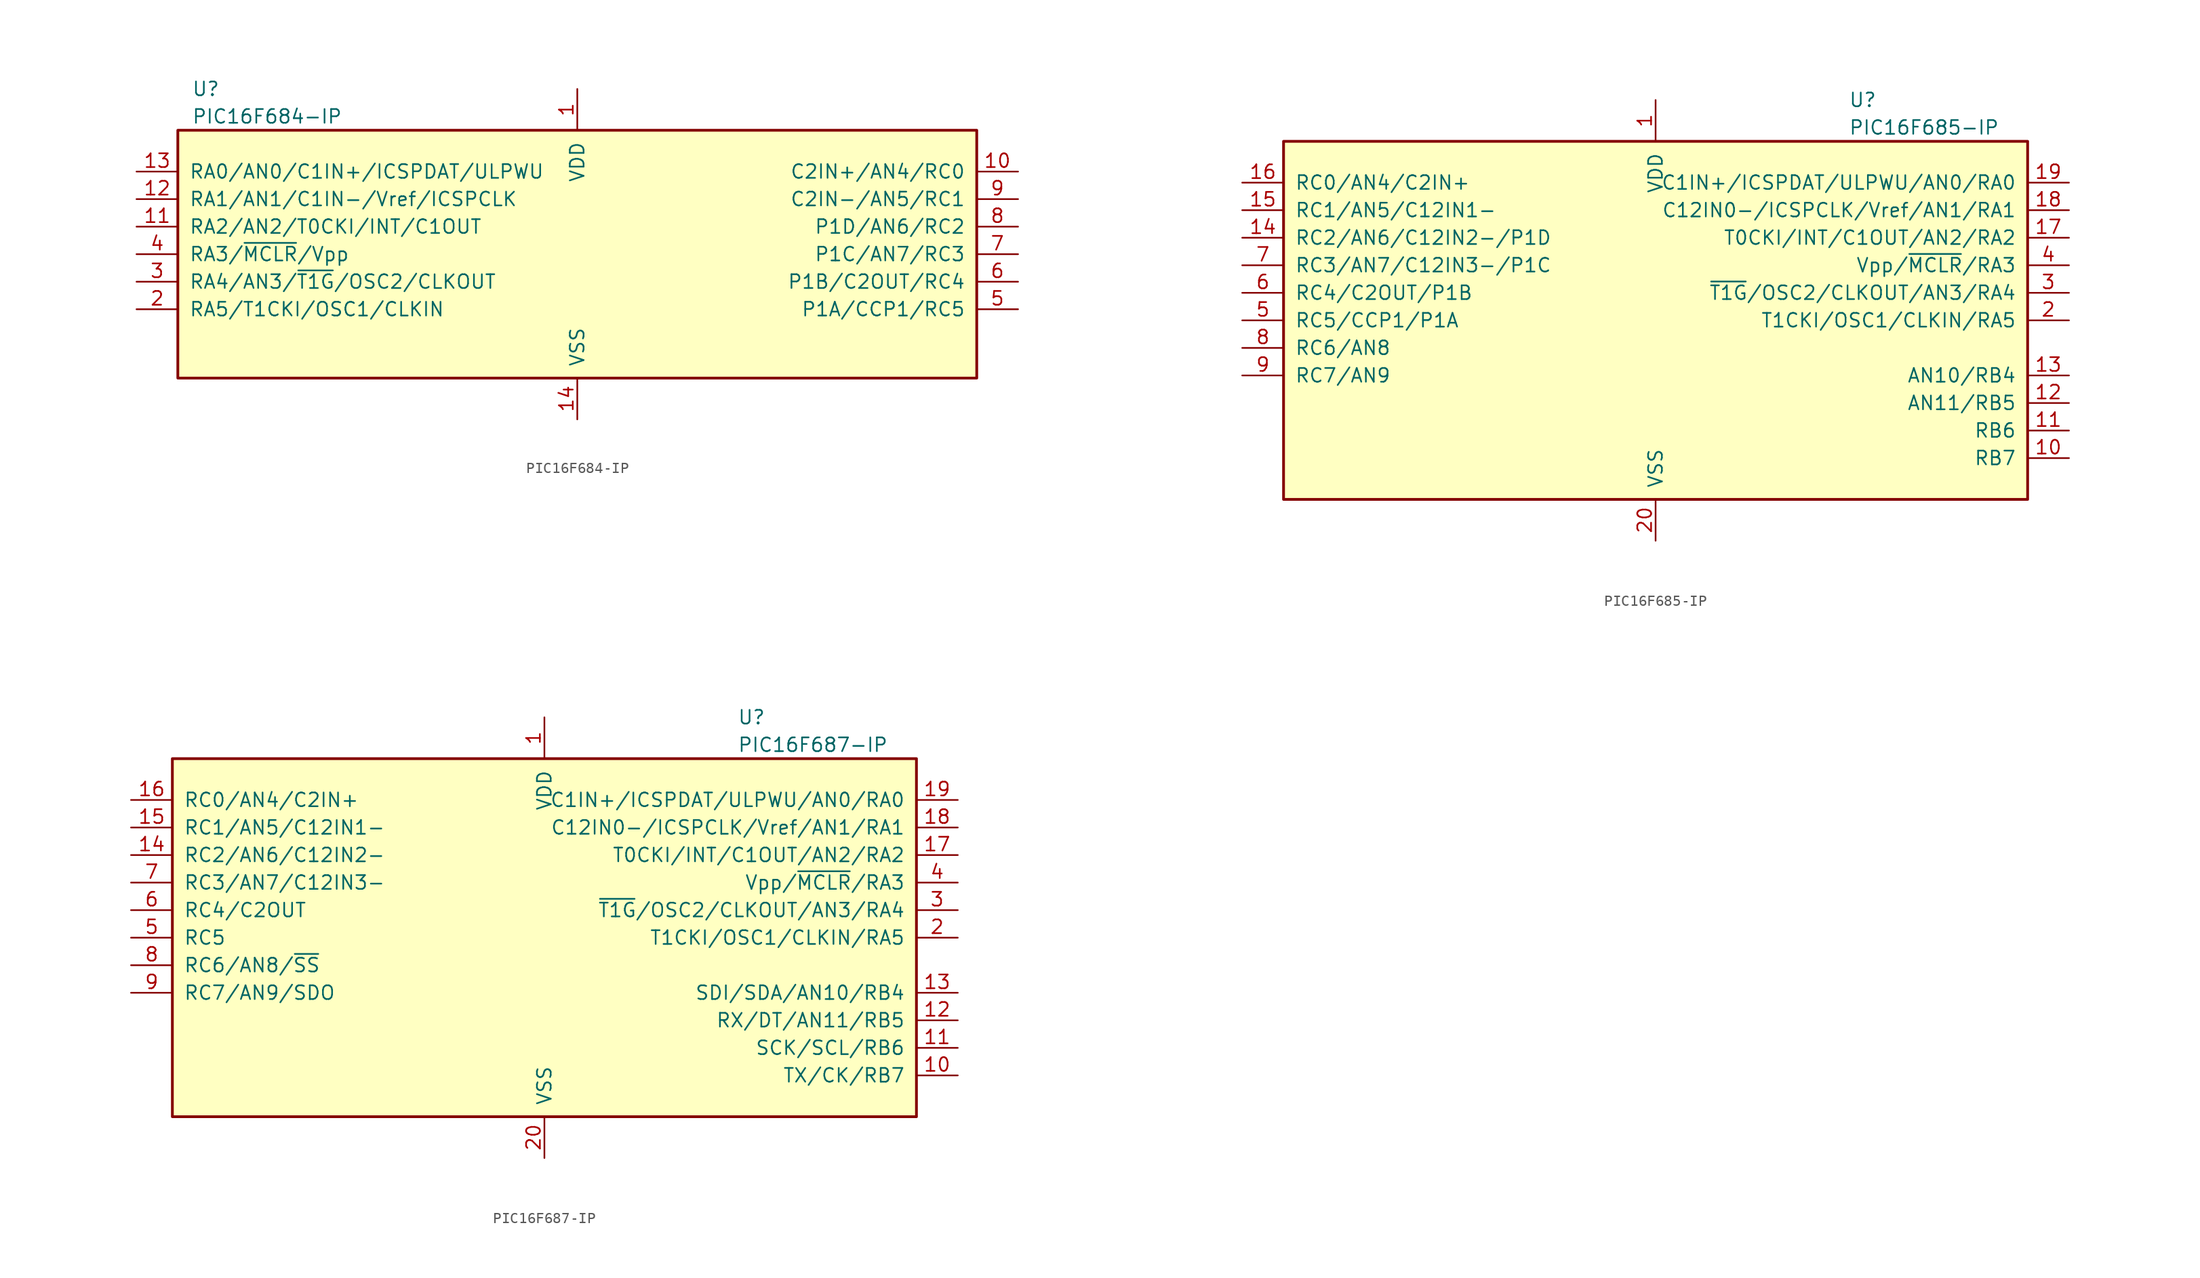
<source format=kicad_sym>
(kicad_symbol_lib
  (version 20200908)
  (generator kicad_symbol_editor)
  (symbol "MCU_Microchip_PIC16:PIC16F684-IP"
    (pin_names
      (offset 1.016))
    (property "Reference" "U"
      (at -35.56 15.24 0)
      (effects (font (size 1.27 1.27)) (justify left)))
    (property "Value" "PIC16F684-IP"
      (at -35.56 12.7 0)
      (effects (font (size 1.27 1.27)) (justify left)))
    (symbol "PIC16F684-IP_0_1"
      (rectangle (start -36.83 11.43) (end 36.83 -11.43) (stroke (width 0.254)) (fill (type background))))
    (symbol "PIC16F684-IP_1_1"
      (pin power_in line (at 0 15.24 270) (length 3.81) (name "VDD" (effects (font (size 1.27 1.27)))) (number "1" (effects (font (size 1.27 1.27)))))
      (pin bidirectional line (at 40.64 7.62 180) (length 3.81) (name "C2IN+/AN4/RC0" (effects (font (size 1.27 1.27)))) (number "10" (effects (font (size 1.27 1.27)))))
      (pin bidirectional line (at -40.64 2.54 0) (length 3.81) (name "RA2/AN2/T0CKI/INT/C1OUT" (effects (font (size 1.27 1.27)))) (number "11" (effects (font (size 1.27 1.27)))))
      (pin bidirectional line (at -40.64 5.08 0) (length 3.81) (name "RA1/AN1/C1IN-/Vref/ICSPCLK" (effects (font (size 1.27 1.27)))) (number "12" (effects (font (size 1.27 1.27)))))
      (pin bidirectional line (at -40.64 7.62 0) (length 3.81) (name "RA0/AN0/C1IN+/ICSPDAT/ULPWU" (effects (font (size 1.27 1.27)))) (number "13" (effects (font (size 1.27 1.27)))))
      (pin power_in line (at 0 -15.24 90) (length 3.81) (name "VSS" (effects (font (size 1.27 1.27)))) (number "14" (effects (font (size 1.27 1.27)))))
      (pin bidirectional line (at -40.64 -5.08 0) (length 3.81) (name "RA5/T1CKI/OSC1/CLKIN" (effects (font (size 1.27 1.27)))) (number "2" (effects (font (size 1.27 1.27)))))
      (pin bidirectional line (at -40.64 -2.54 0) (length 3.81) (name "RA4/AN3/~T1G~/OSC2/CLKOUT" (effects (font (size 1.27 1.27)))) (number "3" (effects (font (size 1.27 1.27)))))
      (pin input line (at -40.64 0 0) (length 3.81) (name "RA3/~MCLR~/Vpp" (effects (font (size 1.27 1.27)))) (number "4" (effects (font (size 1.27 1.27)))))
      (pin bidirectional line (at 40.64 -5.08 180) (length 3.81) (name "P1A/CCP1/RC5" (effects (font (size 1.27 1.27)))) (number "5" (effects (font (size 1.27 1.27)))))
      (pin bidirectional line (at 40.64 -2.54 180) (length 3.81) (name "P1B/C2OUT/RC4" (effects (font (size 1.27 1.27)))) (number "6" (effects (font (size 1.27 1.27)))))
      (pin bidirectional line (at 40.64 0 180) (length 3.81) (name "P1C/AN7/RC3" (effects (font (size 1.27 1.27)))) (number "7" (effects (font (size 1.27 1.27)))))
      (pin bidirectional line (at 40.64 2.54 180) (length 3.81) (name "P1D/AN6/RC2" (effects (font (size 1.27 1.27)))) (number "8" (effects (font (size 1.27 1.27)))))
      (pin bidirectional line (at 40.64 5.08 180) (length 3.81) (name "C2IN-/AN5/RC1" (effects (font (size 1.27 1.27)))) (number "9" (effects (font (size 1.27 1.27)))))))
  (symbol "MCU_Microchip_PIC16:PIC16F685-IP"
    (pin_names
      (offset 1.016))
    (property "Reference" "U"
      (at 17.78 20.32 0)
      (effects (font (size 1.27 1.27)) (justify left)))
    (property "Value" "PIC16F685-IP"
      (at 17.78 17.78 0)
      (effects (font (size 1.27 1.27)) (justify left)))
    (symbol "PIC16F685-IP_0_1"
      (rectangle (start -34.29 16.51) (end 34.29 -16.51) (stroke (width 0.254)) (fill (type background))))
    (symbol "PIC16F685-IP_1_1"
      (pin power_in line (at 0 20.32 270) (length 3.81) (name "VDD" (effects (font (size 1.27 1.27)))) (number "1" (effects (font (size 1.27 1.27)))))
      (pin bidirectional line (at 38.1 -12.7 180) (length 3.81) (name "RB7" (effects (font (size 1.27 1.27)))) (number "10" (effects (font (size 1.27 1.27)))))
      (pin bidirectional line (at 38.1 -10.16 180) (length 3.81) (name "RB6" (effects (font (size 1.27 1.27)))) (number "11" (effects (font (size 1.27 1.27)))))
      (pin bidirectional line (at 38.1 -7.62 180) (length 3.81) (name "AN11/RB5" (effects (font (size 1.27 1.27)))) (number "12" (effects (font (size 1.27 1.27)))))
      (pin bidirectional line (at 38.1 -5.08 180) (length 3.81) (name "AN10/RB4" (effects (font (size 1.27 1.27)))) (number "13" (effects (font (size 1.27 1.27)))))
      (pin bidirectional line (at -38.1 7.62 0) (length 3.81) (name "RC2/AN6/C12IN2-/P1D" (effects (font (size 1.27 1.27)))) (number "14" (effects (font (size 1.27 1.27)))))
      (pin bidirectional line (at -38.1 10.16 0) (length 3.81) (name "RC1/AN5/C12IN1-" (effects (font (size 1.27 1.27)))) (number "15" (effects (font (size 1.27 1.27)))))
      (pin bidirectional line (at -38.1 12.7 0) (length 3.81) (name "RC0/AN4/C2IN+" (effects (font (size 1.27 1.27)))) (number "16" (effects (font (size 1.27 1.27)))))
      (pin bidirectional line (at 38.1 7.62 180) (length 3.81) (name "T0CKI/INT/C1OUT/AN2/RA2" (effects (font (size 1.27 1.27)))) (number "17" (effects (font (size 1.27 1.27)))))
      (pin bidirectional line (at 38.1 10.16 180) (length 3.81) (name "C12IN0-/ICSPCLK/Vref/AN1/RA1" (effects (font (size 1.27 1.27)))) (number "18" (effects (font (size 1.27 1.27)))))
      (pin bidirectional line (at 38.1 12.7 180) (length 3.81) (name "C1IN+/ICSPDAT/ULPWU/AN0/RA0" (effects (font (size 1.27 1.27)))) (number "19" (effects (font (size 1.27 1.27)))))
      (pin bidirectional line (at 38.1 0 180) (length 3.81) (name "T1CKI/OSC1/CLKIN/RA5" (effects (font (size 1.27 1.27)))) (number "2" (effects (font (size 1.27 1.27)))))
      (pin power_in line (at 0 -20.32 90) (length 3.81) (name "VSS" (effects (font (size 1.27 1.27)))) (number "20" (effects (font (size 1.27 1.27)))))
      (pin bidirectional line (at 38.1 2.54 180) (length 3.81) (name "~T1G~/OSC2/CLKOUT/AN3/RA4" (effects (font (size 1.27 1.27)))) (number "3" (effects (font (size 1.27 1.27)))))
      (pin input line (at 38.1 5.08 180) (length 3.81) (name "Vpp/~MCLR~/RA3" (effects (font (size 1.27 1.27)))) (number "4" (effects (font (size 1.27 1.27)))))
      (pin bidirectional line (at -38.1 0 0) (length 3.81) (name "RC5/CCP1/P1A" (effects (font (size 1.27 1.27)))) (number "5" (effects (font (size 1.27 1.27)))))
      (pin bidirectional line (at -38.1 2.54 0) (length 3.81) (name "RC4/C2OUT/P1B" (effects (font (size 1.27 1.27)))) (number "6" (effects (font (size 1.27 1.27)))))
      (pin bidirectional line (at -38.1 5.08 0) (length 3.81) (name "RC3/AN7/C12IN3-/P1C" (effects (font (size 1.27 1.27)))) (number "7" (effects (font (size 1.27 1.27)))))
      (pin bidirectional line (at -38.1 -2.54 0) (length 3.81) (name "RC6/AN8" (effects (font (size 1.27 1.27)))) (number "8" (effects (font (size 1.27 1.27)))))
      (pin bidirectional line (at -38.1 -5.08 0) (length 3.81) (name "RC7/AN9" (effects (font (size 1.27 1.27)))) (number "9" (effects (font (size 1.27 1.27)))))))
  (symbol "MCU_Microchip_PIC16:PIC16F687-IP"
    (pin_names
      (offset 1.016))
    (property "Reference" "U"
      (at 17.78 20.32 0)
      (effects (font (size 1.27 1.27)) (justify left)))
    (property "Value" "PIC16F687-IP"
      (at 17.78 17.78 0)
      (effects (font (size 1.27 1.27)) (justify left)))
    (symbol "PIC16F687-IP_0_1"
      (rectangle (start -34.29 16.51) (end 34.29 -16.51) (stroke (width 0.254)) (fill (type background))))
    (symbol "PIC16F687-IP_1_1"
      (pin power_in line (at 0 20.32 270) (length 3.81) (name "VDD" (effects (font (size 1.27 1.27)))) (number "1" (effects (font (size 1.27 1.27)))))
      (pin bidirectional line (at 38.1 -12.7 180) (length 3.81) (name "TX/CK/RB7" (effects (font (size 1.27 1.27)))) (number "10" (effects (font (size 1.27 1.27)))))
      (pin bidirectional line (at 38.1 -10.16 180) (length 3.81) (name "SCK/SCL/RB6" (effects (font (size 1.27 1.27)))) (number "11" (effects (font (size 1.27 1.27)))))
      (pin bidirectional line (at 38.1 -7.62 180) (length 3.81) (name "RX/DT/AN11/RB5" (effects (font (size 1.27 1.27)))) (number "12" (effects (font (size 1.27 1.27)))))
      (pin bidirectional line (at 38.1 -5.08 180) (length 3.81) (name "SDI/SDA/AN10/RB4" (effects (font (size 1.27 1.27)))) (number "13" (effects (font (size 1.27 1.27)))))
      (pin bidirectional line (at -38.1 7.62 0) (length 3.81) (name "RC2/AN6/C12IN2-" (effects (font (size 1.27 1.27)))) (number "14" (effects (font (size 1.27 1.27)))))
      (pin bidirectional line (at -38.1 10.16 0) (length 3.81) (name "RC1/AN5/C12IN1-" (effects (font (size 1.27 1.27)))) (number "15" (effects (font (size 1.27 1.27)))))
      (pin bidirectional line (at -38.1 12.7 0) (length 3.81) (name "RC0/AN4/C2IN+" (effects (font (size 1.27 1.27)))) (number "16" (effects (font (size 1.27 1.27)))))
      (pin bidirectional line (at 38.1 7.62 180) (length 3.81) (name "T0CKI/INT/C1OUT/AN2/RA2" (effects (font (size 1.27 1.27)))) (number "17" (effects (font (size 1.27 1.27)))))
      (pin bidirectional line (at 38.1 10.16 180) (length 3.81) (name "C12IN0-/ICSPCLK/Vref/AN1/RA1" (effects (font (size 1.27 1.27)))) (number "18" (effects (font (size 1.27 1.27)))))
      (pin bidirectional line (at 38.1 12.7 180) (length 3.81) (name "C1IN+/ICSPDAT/ULPWU/AN0/RA0" (effects (font (size 1.27 1.27)))) (number "19" (effects (font (size 1.27 1.27)))))
      (pin bidirectional line (at 38.1 0 180) (length 3.81) (name "T1CKI/OSC1/CLKIN/RA5" (effects (font (size 1.27 1.27)))) (number "2" (effects (font (size 1.27 1.27)))))
      (pin power_in line (at 0 -20.32 90) (length 3.81) (name "VSS" (effects (font (size 1.27 1.27)))) (number "20" (effects (font (size 1.27 1.27)))))
      (pin bidirectional line (at 38.1 2.54 180) (length 3.81) (name "~T1G~/OSC2/CLKOUT/AN3/RA4" (effects (font (size 1.27 1.27)))) (number "3" (effects (font (size 1.27 1.27)))))
      (pin input line (at 38.1 5.08 180) (length 3.81) (name "Vpp/~MCLR~/RA3" (effects (font (size 1.27 1.27)))) (number "4" (effects (font (size 1.27 1.27)))))
      (pin bidirectional line (at -38.1 0 0) (length 3.81) (name "RC5" (effects (font (size 1.27 1.27)))) (number "5" (effects (font (size 1.27 1.27)))))
      (pin bidirectional line (at -38.1 2.54 0) (length 3.81) (name "RC4/C2OUT" (effects (font (size 1.27 1.27)))) (number "6" (effects (font (size 1.27 1.27)))))
      (pin bidirectional line (at -38.1 5.08 0) (length 3.81) (name "RC3/AN7/C12IN3-" (effects (font (size 1.27 1.27)))) (number "7" (effects (font (size 1.27 1.27)))))
      (pin bidirectional line (at -38.1 -2.54 0) (length 3.81) (name "RC6/AN8/~SS~" (effects (font (size 1.27 1.27)))) (number "8" (effects (font (size 1.27 1.27)))))
      (pin bidirectional line (at -38.1 -5.08 0) (length 3.81) (name "RC7/AN9/SDO" (effects (font (size 1.27 1.27)))) (number "9" (effects (font (size 1.27 1.27))))))))
</source>
